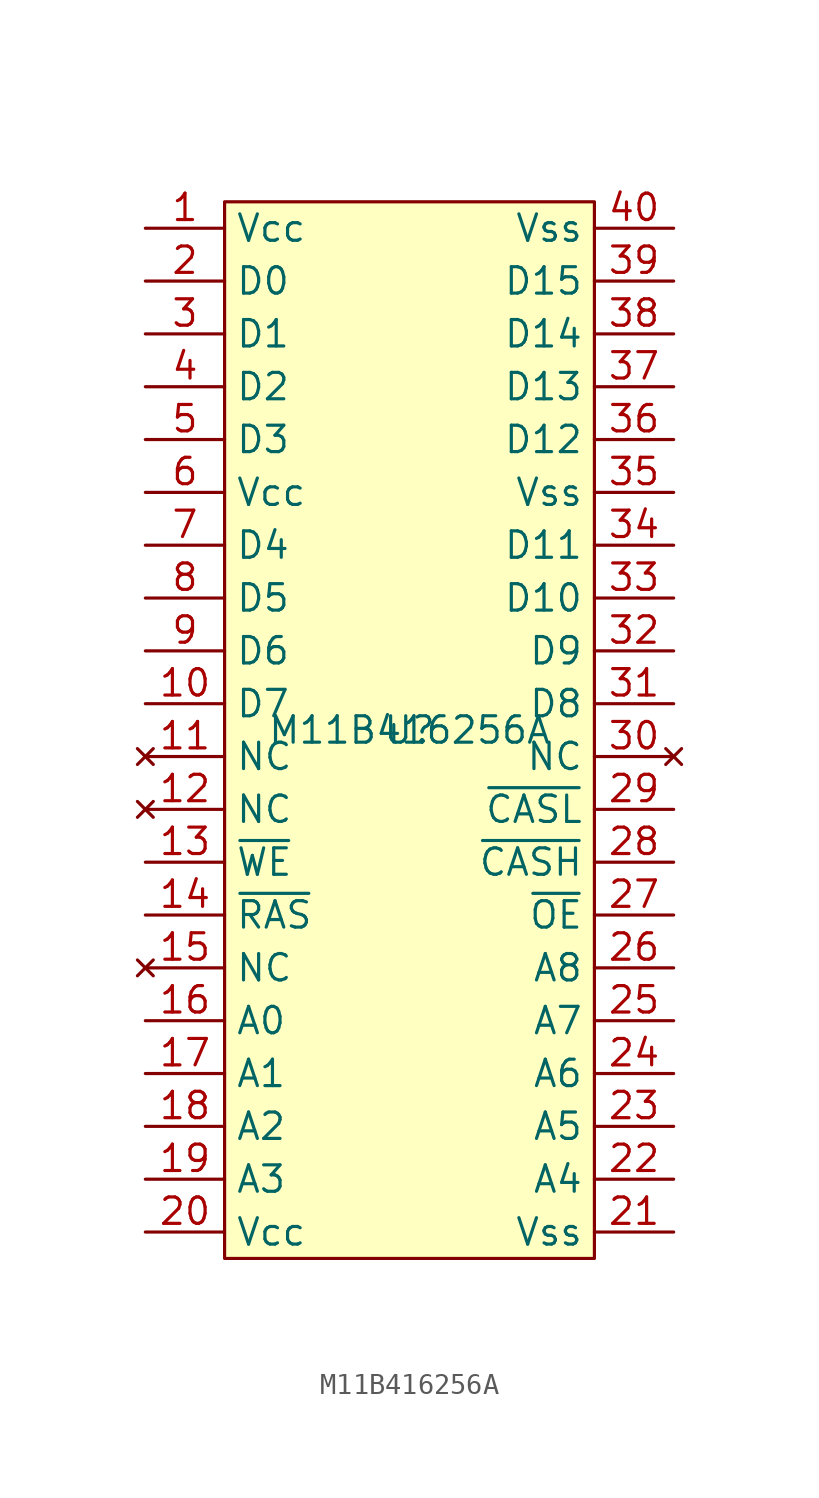
<source format=kicad_sym>
(kicad_symbol_lib
  (version 20211014)
  (generator kicad_symbol_editor)
  (symbol "M11B416256A"
    (property "Reference" "U"
      (at 0 0 0)
      (effects (font (size 1.27 1.27))))
    (property "Value" "M11B416256A"
      (at 0 0 0)
      (effects (font (size 1.27 1.27))))
    (symbol "M11B416256A_0_1"
      (rectangle (start -8.89 25.4) (end 8.89 -25.4) (stroke (width 0) (type default) (color 0 0 0 0)) (fill (type background))))
    (symbol "M11B416256A_1_1"
      (pin power_in line (at -12.7 24.13 0) (length 3.81) (name "Vcc" (effects (font (size 1.27 1.27)))) (number "1" (effects (font (size 1.27 1.27)))))
      (pin bidirectional line (at -12.7 1.27 0) (length 3.81) (name "D7" (effects (font (size 1.27 1.27)))) (number "10" (effects (font (size 1.27 1.27)))))
      (pin no_connect line (at -12.7 -1.27 0) (length 3.81) (name "NC" (effects (font (size 1.27 1.27)))) (number "11" (effects (font (size 1.27 1.27)))))
      (pin no_connect line (at -12.7 -3.81 0) (length 3.81) (name "NC" (effects (font (size 1.27 1.27)))) (number "12" (effects (font (size 1.27 1.27)))))
      (pin input line (at -12.7 -6.35 0) (length 3.81) (name "~{WE}" (effects (font (size 1.27 1.27)))) (number "13" (effects (font (size 1.27 1.27)))))
      (pin input line (at -12.7 -8.89 0) (length 3.81) (name "~{RAS}" (effects (font (size 1.27 1.27)))) (number "14" (effects (font (size 1.27 1.27)))))
      (pin no_connect line (at -12.7 -11.43 0) (length 3.81) (name "NC" (effects (font (size 1.27 1.27)))) (number "15" (effects (font (size 1.27 1.27)))))
      (pin input line (at -12.7 -13.97 0) (length 3.81) (name "A0" (effects (font (size 1.27 1.27)))) (number "16" (effects (font (size 1.27 1.27)))))
      (pin input line (at -12.7 -16.51 0) (length 3.81) (name "A1" (effects (font (size 1.27 1.27)))) (number "17" (effects (font (size 1.27 1.27)))))
      (pin input line (at -12.7 -19.05 0) (length 3.81) (name "A2" (effects (font (size 1.27 1.27)))) (number "18" (effects (font (size 1.27 1.27)))))
      (pin input line (at -12.7 -21.59 0) (length 3.81) (name "A3" (effects (font (size 1.27 1.27)))) (number "19" (effects (font (size 1.27 1.27)))))
      (pin bidirectional line (at -12.7 21.59 0) (length 3.81) (name "D0" (effects (font (size 1.27 1.27)))) (number "2" (effects (font (size 1.27 1.27)))))
      (pin power_in line (at -12.7 -24.13 0) (length 3.81) (name "Vcc" (effects (font (size 1.27 1.27)))) (number "20" (effects (font (size 1.27 1.27)))))
      (pin power_in line (at 12.7 -24.13 180) (length 3.81) (name "Vss" (effects (font (size 1.27 1.27)))) (number "21" (effects (font (size 1.27 1.27)))))
      (pin input line (at 12.7 -21.59 180) (length 3.81) (name "A4" (effects (font (size 1.27 1.27)))) (number "22" (effects (font (size 1.27 1.27)))))
      (pin input line (at 12.7 -19.05 180) (length 3.81) (name "A5" (effects (font (size 1.27 1.27)))) (number "23" (effects (font (size 1.27 1.27)))))
      (pin input line (at 12.7 -16.51 180) (length 3.81) (name "A6" (effects (font (size 1.27 1.27)))) (number "24" (effects (font (size 1.27 1.27)))))
      (pin input line (at 12.7 -13.97 180) (length 3.81) (name "A7" (effects (font (size 1.27 1.27)))) (number "25" (effects (font (size 1.27 1.27)))))
      (pin input line (at 12.7 -11.43 180) (length 3.81) (name "A8" (effects (font (size 1.27 1.27)))) (number "26" (effects (font (size 1.27 1.27)))))
      (pin input line (at 12.7 -8.89 180) (length 3.81) (name "~{OE}" (effects (font (size 1.27 1.27)))) (number "27" (effects (font (size 1.27 1.27)))))
      (pin input line (at 12.7 -6.35 180) (length 3.81) (name "~{CASH}" (effects (font (size 1.27 1.27)))) (number "28" (effects (font (size 1.27 1.27)))))
      (pin input line (at 12.7 -3.81 180) (length 3.81) (name "~{CASL}" (effects (font (size 1.27 1.27)))) (number "29" (effects (font (size 1.27 1.27)))))
      (pin bidirectional line (at -12.7 19.05 0) (length 3.81) (name "D1" (effects (font (size 1.27 1.27)))) (number "3" (effects (font (size 1.27 1.27)))))
      (pin no_connect line (at 12.7 -1.27 180) (length 3.81) (name "NC" (effects (font (size 1.27 1.27)))) (number "30" (effects (font (size 1.27 1.27)))))
      (pin bidirectional line (at 12.7 1.27 180) (length 3.81) (name "D8" (effects (font (size 1.27 1.27)))) (number "31" (effects (font (size 1.27 1.27)))))
      (pin bidirectional line (at 12.7 3.81 180) (length 3.81) (name "D9" (effects (font (size 1.27 1.27)))) (number "32" (effects (font (size 1.27 1.27)))))
      (pin bidirectional line (at 12.7 6.35 180) (length 3.81) (name "D10" (effects (font (size 1.27 1.27)))) (number "33" (effects (font (size 1.27 1.27)))))
      (pin bidirectional line (at 12.7 8.89 180) (length 3.81) (name "D11" (effects (font (size 1.27 1.27)))) (number "34" (effects (font (size 1.27 1.27)))))
      (pin power_in line (at 12.7 11.43 180) (length 3.81) (name "Vss" (effects (font (size 1.27 1.27)))) (number "35" (effects (font (size 1.27 1.27)))))
      (pin bidirectional line (at 12.7 13.97 180) (length 3.81) (name "D12" (effects (font (size 1.27 1.27)))) (number "36" (effects (font (size 1.27 1.27)))))
      (pin bidirectional line (at 12.7 16.51 180) (length 3.81) (name "D13" (effects (font (size 1.27 1.27)))) (number "37" (effects (font (size 1.27 1.27)))))
      (pin bidirectional line (at 12.7 19.05 180) (length 3.81) (name "D14" (effects (font (size 1.27 1.27)))) (number "38" (effects (font (size 1.27 1.27)))))
      (pin bidirectional line (at 12.7 21.59 180) (length 3.81) (name "D15" (effects (font (size 1.27 1.27)))) (number "39" (effects (font (size 1.27 1.27)))))
      (pin bidirectional line (at -12.7 16.51 0) (length 3.81) (name "D2" (effects (font (size 1.27 1.27)))) (number "4" (effects (font (size 1.27 1.27)))))
      (pin power_in line (at 12.7 24.13 180) (length 3.81) (name "Vss" (effects (font (size 1.27 1.27)))) (number "40" (effects (font (size 1.27 1.27)))))
      (pin bidirectional line (at -12.7 13.97 0) (length 3.81) (name "D3" (effects (font (size 1.27 1.27)))) (number "5" (effects (font (size 1.27 1.27)))))
      (pin power_in line (at -12.7 11.43 0) (length 3.81) (name "Vcc" (effects (font (size 1.27 1.27)))) (number "6" (effects (font (size 1.27 1.27)))))
      (pin bidirectional line (at -12.7 8.89 0) (length 3.81) (name "D4" (effects (font (size 1.27 1.27)))) (number "7" (effects (font (size 1.27 1.27)))))
      (pin bidirectional line (at -12.7 6.35 0) (length 3.81) (name "D5" (effects (font (size 1.27 1.27)))) (number "8" (effects (font (size 1.27 1.27)))))
      (pin bidirectional line (at -12.7 3.81 0) (length 3.81) (name "D6" (effects (font (size 1.27 1.27)))) (number "9" (effects (font (size 1.27 1.27))))))))
</source>
